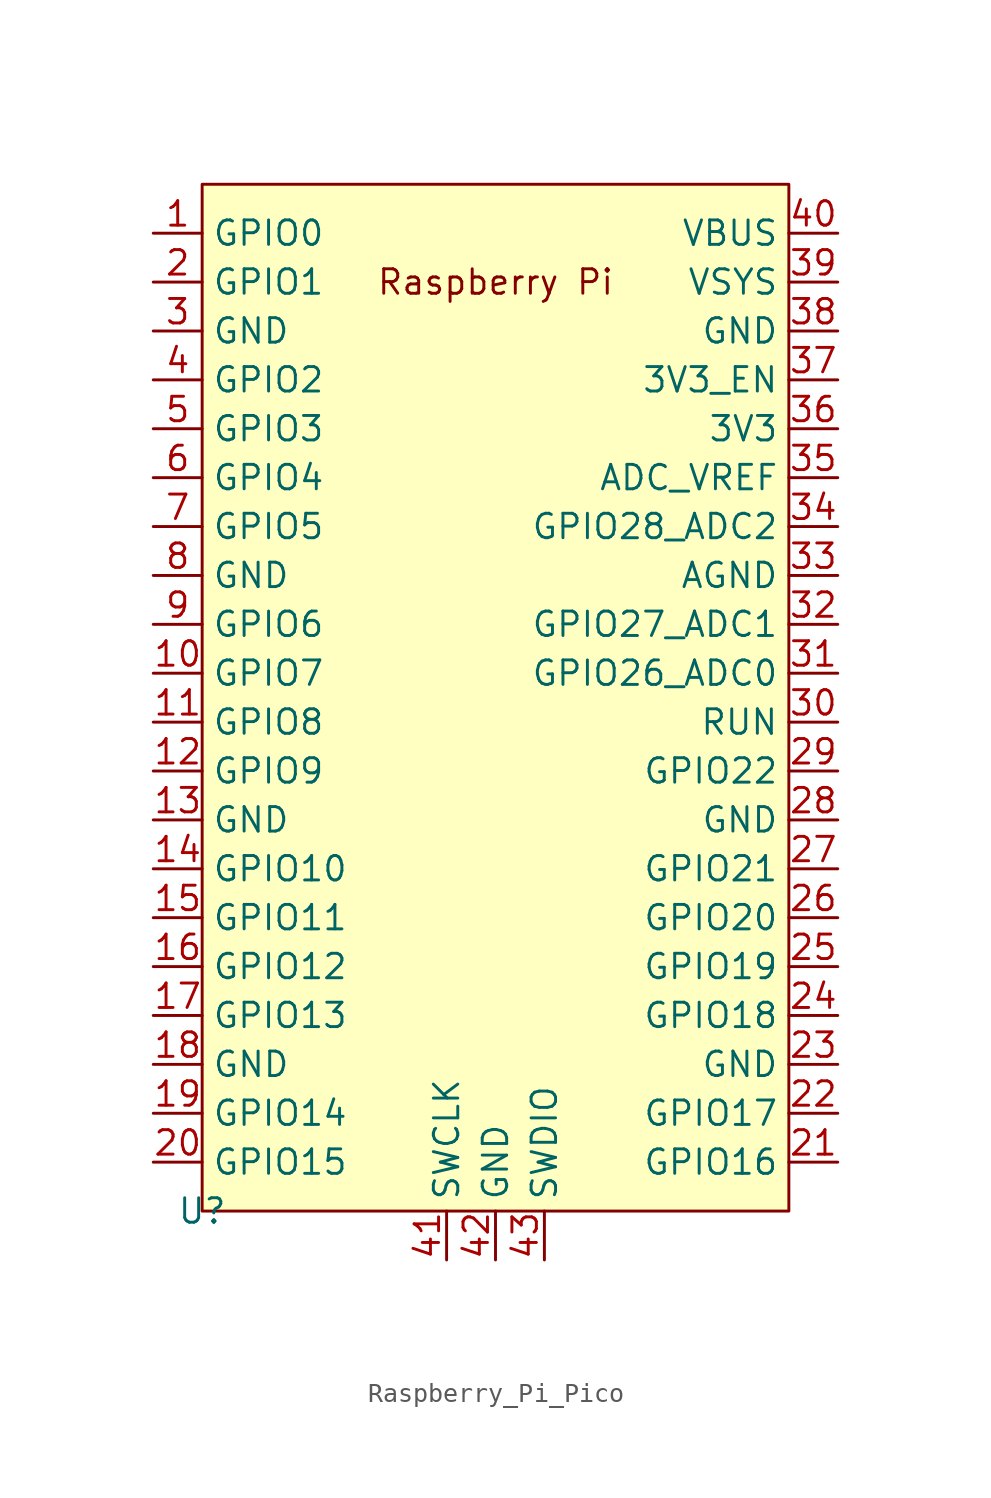
<source format=kicad_sym>
(kicad_symbol_lib
  (version 20231120)
  (generator "kicad_symbol_editor")
  (generator_version "8.0")
  (symbol "Raspberry_Pi_Pico"
    (property "Reference" "U"
      (at 0 0 0)
      (effects (font (size 1.27 1.27))))
    (property "Value" ""
      (at 0 0 0)
      (effects (font (size 1.27 1.27))))
    (symbol "Raspberry_Pi_Pico_0_0"
      (text "Raspberry Pi" (at 15.24 48.26 0) (effects (font (size 1.27 1.27)))))
    (symbol "Raspberry_Pi_Pico_0_1"
      (rectangle (start 0 53.34) (end 30.48 0) (stroke (width 0) (type solid)) (fill (type background))))
    (symbol "Raspberry_Pi_Pico_1_1"
      (pin bidirectional line (at -2.54 50.8 0) (length 2.54) (name "GPIO0" (effects (font (size 1.27 1.27)))) (number "1" (effects (font (size 1.27 1.27)))))
      (pin bidirectional line (at -2.54 27.94 0) (length 2.54) (name "GPIO7" (effects (font (size 1.27 1.27)))) (number "10" (effects (font (size 1.27 1.27)))))
      (pin bidirectional line (at -2.54 25.4 0) (length 2.54) (name "GPIO8" (effects (font (size 1.27 1.27)))) (number "11" (effects (font (size 1.27 1.27)))))
      (pin bidirectional line (at -2.54 22.86 0) (length 2.54) (name "GPIO9" (effects (font (size 1.27 1.27)))) (number "12" (effects (font (size 1.27 1.27)))))
      (pin power_in line (at -2.54 20.32 0) (length 2.54) (name "GND" (effects (font (size 1.27 1.27)))) (number "13" (effects (font (size 1.27 1.27)))))
      (pin bidirectional line (at -2.54 17.78 0) (length 2.54) (name "GPIO10" (effects (font (size 1.27 1.27)))) (number "14" (effects (font (size 1.27 1.27)))))
      (pin bidirectional line (at -2.54 15.24 0) (length 2.54) (name "GPIO11" (effects (font (size 1.27 1.27)))) (number "15" (effects (font (size 1.27 1.27)))))
      (pin bidirectional line (at -2.54 12.7 0) (length 2.54) (name "GPIO12" (effects (font (size 1.27 1.27)))) (number "16" (effects (font (size 1.27 1.27)))))
      (pin bidirectional line (at -2.54 10.16 0) (length 2.54) (name "GPIO13" (effects (font (size 1.27 1.27)))) (number "17" (effects (font (size 1.27 1.27)))))
      (pin power_in line (at -2.54 7.62 0) (length 2.54) (name "GND" (effects (font (size 1.27 1.27)))) (number "18" (effects (font (size 1.27 1.27)))))
      (pin bidirectional line (at -2.54 5.08 0) (length 2.54) (name "GPIO14" (effects (font (size 1.27 1.27)))) (number "19" (effects (font (size 1.27 1.27)))))
      (pin bidirectional line (at -2.54 48.26 0) (length 2.54) (name "GPIO1" (effects (font (size 1.27 1.27)))) (number "2" (effects (font (size 1.27 1.27)))))
      (pin bidirectional line (at -2.54 2.54 0) (length 2.54) (name "GPIO15" (effects (font (size 1.27 1.27)))) (number "20" (effects (font (size 1.27 1.27)))))
      (pin bidirectional line (at 33.02 2.54 180) (length 2.54) (name "GPIO16" (effects (font (size 1.27 1.27)))) (number "21" (effects (font (size 1.27 1.27)))))
      (pin bidirectional line (at 33.02 5.08 180) (length 2.54) (name "GPIO17" (effects (font (size 1.27 1.27)))) (number "22" (effects (font (size 1.27 1.27)))))
      (pin power_in line (at 33.02 7.62 180) (length 2.54) (name "GND" (effects (font (size 1.27 1.27)))) (number "23" (effects (font (size 1.27 1.27)))))
      (pin bidirectional line (at 33.02 10.16 180) (length 2.54) (name "GPIO18" (effects (font (size 1.27 1.27)))) (number "24" (effects (font (size 1.27 1.27)))))
      (pin bidirectional line (at 33.02 12.7 180) (length 2.54) (name "GPIO19" (effects (font (size 1.27 1.27)))) (number "25" (effects (font (size 1.27 1.27)))))
      (pin bidirectional line (at 33.02 15.24 180) (length 2.54) (name "GPIO20" (effects (font (size 1.27 1.27)))) (number "26" (effects (font (size 1.27 1.27)))))
      (pin bidirectional line (at 33.02 17.78 180) (length 2.54) (name "GPIO21" (effects (font (size 1.27 1.27)))) (number "27" (effects (font (size 1.27 1.27)))))
      (pin power_in line (at 33.02 20.32 180) (length 2.54) (name "GND" (effects (font (size 1.27 1.27)))) (number "28" (effects (font (size 1.27 1.27)))))
      (pin bidirectional line (at 33.02 22.86 180) (length 2.54) (name "GPIO22" (effects (font (size 1.27 1.27)))) (number "29" (effects (font (size 1.27 1.27)))))
      (pin power_in line (at -2.54 45.72 0) (length 2.54) (name "GND" (effects (font (size 1.27 1.27)))) (number "3" (effects (font (size 1.27 1.27)))))
      (pin input line (at 33.02 25.4 180) (length 2.54) (name "RUN" (effects (font (size 1.27 1.27)))) (number "30" (effects (font (size 1.27 1.27)))))
      (pin bidirectional line (at 33.02 27.94 180) (length 2.54) (name "GPIO26_ADC0" (effects (font (size 1.27 1.27)))) (number "31" (effects (font (size 1.27 1.27)))))
      (pin bidirectional line (at 33.02 30.48 180) (length 2.54) (name "GPIO27_ADC1" (effects (font (size 1.27 1.27)))) (number "32" (effects (font (size 1.27 1.27)))))
      (pin power_in line (at 33.02 33.02 180) (length 2.54) (name "AGND" (effects (font (size 1.27 1.27)))) (number "33" (effects (font (size 1.27 1.27)))))
      (pin bidirectional line (at 33.02 35.56 180) (length 2.54) (name "GPIO28_ADC2" (effects (font (size 1.27 1.27)))) (number "34" (effects (font (size 1.27 1.27)))))
      (pin unspecified line (at 33.02 38.1 180) (length 2.54) (name "ADC_VREF" (effects (font (size 1.27 1.27)))) (number "35" (effects (font (size 1.27 1.27)))))
      (pin unspecified line (at 33.02 40.64 180) (length 2.54) (name "3V3" (effects (font (size 1.27 1.27)))) (number "36" (effects (font (size 1.27 1.27)))))
      (pin input line (at 33.02 43.18 180) (length 2.54) (name "3V3_EN" (effects (font (size 1.27 1.27)))) (number "37" (effects (font (size 1.27 1.27)))))
      (pin bidirectional line (at 33.02 45.72 180) (length 2.54) (name "GND" (effects (font (size 1.27 1.27)))) (number "38" (effects (font (size 1.27 1.27)))))
      (pin unspecified line (at 33.02 48.26 180) (length 2.54) (name "VSYS" (effects (font (size 1.27 1.27)))) (number "39" (effects (font (size 1.27 1.27)))))
      (pin bidirectional line (at -2.54 43.18 0) (length 2.54) (name "GPIO2" (effects (font (size 1.27 1.27)))) (number "4" (effects (font (size 1.27 1.27)))))
      (pin unspecified line (at 33.02 50.8 180) (length 2.54) (name "VBUS" (effects (font (size 1.27 1.27)))) (number "40" (effects (font (size 1.27 1.27)))))
      (pin input line (at 12.7 -2.54 90) (length 2.54) (name "SWCLK" (effects (font (size 1.27 1.27)))) (number "41" (effects (font (size 1.27 1.27)))))
      (pin power_in line (at 15.24 -2.54 90) (length 2.54) (name "GND" (effects (font (size 1.27 1.27)))) (number "42" (effects (font (size 1.27 1.27)))))
      (pin bidirectional line (at 17.78 -2.54 90) (length 2.54) (name "SWDIO" (effects (font (size 1.27 1.27)))) (number "43" (effects (font (size 1.27 1.27)))))
      (pin bidirectional line (at -2.54 40.64 0) (length 2.54) (name "GPIO3" (effects (font (size 1.27 1.27)))) (number "5" (effects (font (size 1.27 1.27)))))
      (pin bidirectional line (at -2.54 38.1 0) (length 2.54) (name "GPIO4" (effects (font (size 1.27 1.27)))) (number "6" (effects (font (size 1.27 1.27)))))
      (pin bidirectional line (at -2.54 35.56 0) (length 2.54) (name "GPIO5" (effects (font (size 1.27 1.27)))) (number "7" (effects (font (size 1.27 1.27)))))
      (pin power_in line (at -2.54 33.02 0) (length 2.54) (name "GND" (effects (font (size 1.27 1.27)))) (number "8" (effects (font (size 1.27 1.27)))))
      (pin bidirectional line (at -2.54 30.48 0) (length 2.54) (name "GPIO6" (effects (font (size 1.27 1.27)))) (number "9" (effects (font (size 1.27 1.27))))))))
</source>
